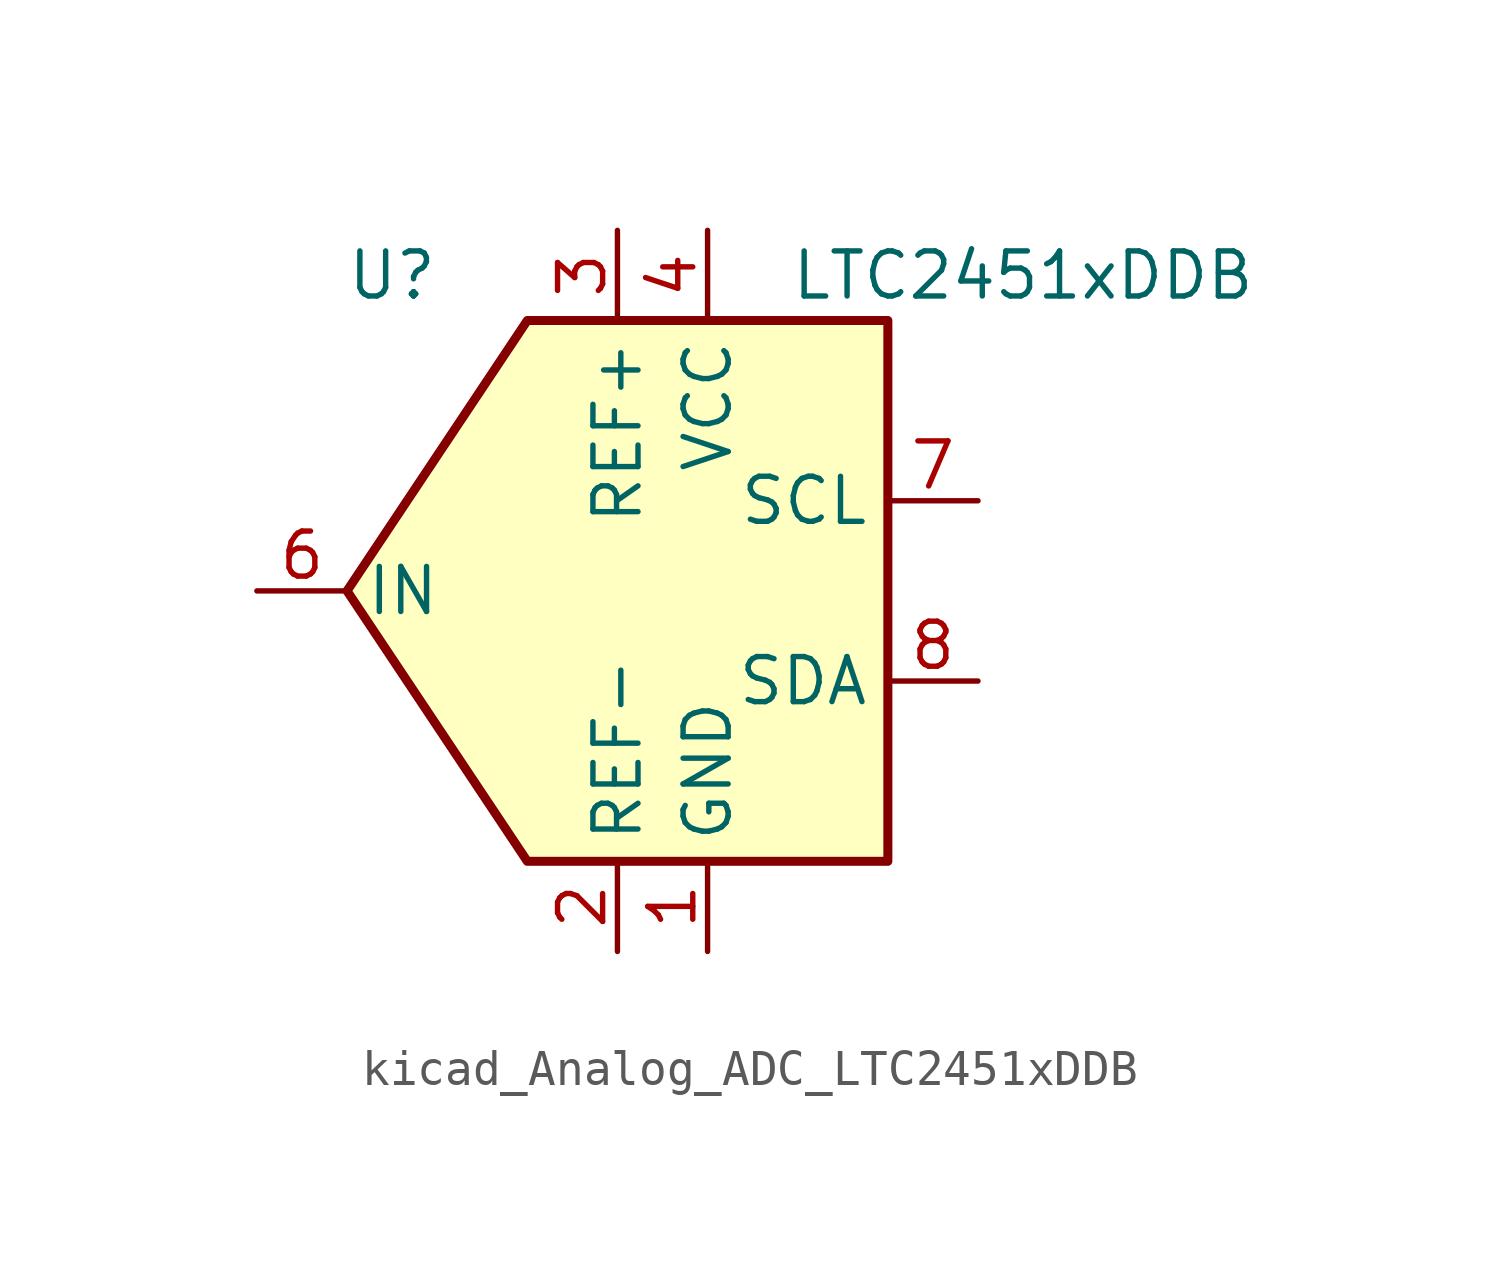
<source format=kicad_sym>
(kicad_symbol_lib
  (version 20220914)
  (generator kicad_symbol_editor)
  (symbol "kicad_Analog_ADC_LTC2451xDDB"
    (property "Reference" "U"
      (at -6.35 8.89 0)
      (effects (font (size 1.27 1.27))))
    (property "Value" "LTC2451xDDB"
      (at 11.43 8.89 0)
      (effects (font (size 1.27 1.27))))
    (symbol "kicad_Analog_ADC_LTC2451xDDB_1_1"
      (polyline (pts (xy -2.54 7.62) (xy 3.81 7.62) (xy 7.62 7.62) (xy 7.62 -7.62) (xy -2.54 -7.62) (xy -7.62 0) (xy -2.54 7.62)) (stroke (width 0.254) (type default)) (fill (type background)))
      (pin power_in line (at 2.54 -10.16 90) (length 2.54) (name "GND" (effects (font (size 1.27 1.27)))) (number "1" (effects (font (size 1.27 1.27)))))
      (pin power_in line (at 0 -10.16 90) (length 2.54) (name "REF-" (effects (font (size 1.27 1.27)))) (number "2" (effects (font (size 1.27 1.27)))))
      (pin power_in line (at 0 10.16 270) (length 2.54) (name "REF+" (effects (font (size 1.27 1.27)))) (number "3" (effects (font (size 1.27 1.27)))))
      (pin power_in line (at 2.54 10.16 270) (length 2.54) (name "VCC" (effects (font (size 1.27 1.27)))) (number "4" (effects (font (size 1.27 1.27)))))
      (pin passive line (at 2.54 -10.16 90) (length 2.54) hide (name "GND" (effects (font (size 1.27 1.27)))) (number "5" (effects (font (size 1.27 1.27)))))
      (pin input line (at -10.16 0 0) (length 2.54) (name "IN" (effects (font (size 1.27 1.27)))) (number "6" (effects (font (size 1.27 1.27)))))
      (pin input line (at 10.16 2.54 180) (length 2.54) (name "SCL" (effects (font (size 1.27 1.27)))) (number "7" (effects (font (size 1.27 1.27)))))
      (pin bidirectional line (at 10.16 -2.54 180) (length 2.54) (name "SDA" (effects (font (size 1.27 1.27)))) (number "8" (effects (font (size 1.27 1.27)))))
      (pin passive line (at 2.54 -10.16 90) (length 2.54) hide (name "GND" (effects (font (size 1.27 1.27)))) (number "9" (effects (font (size 1.27 1.27))))))))
</source>
